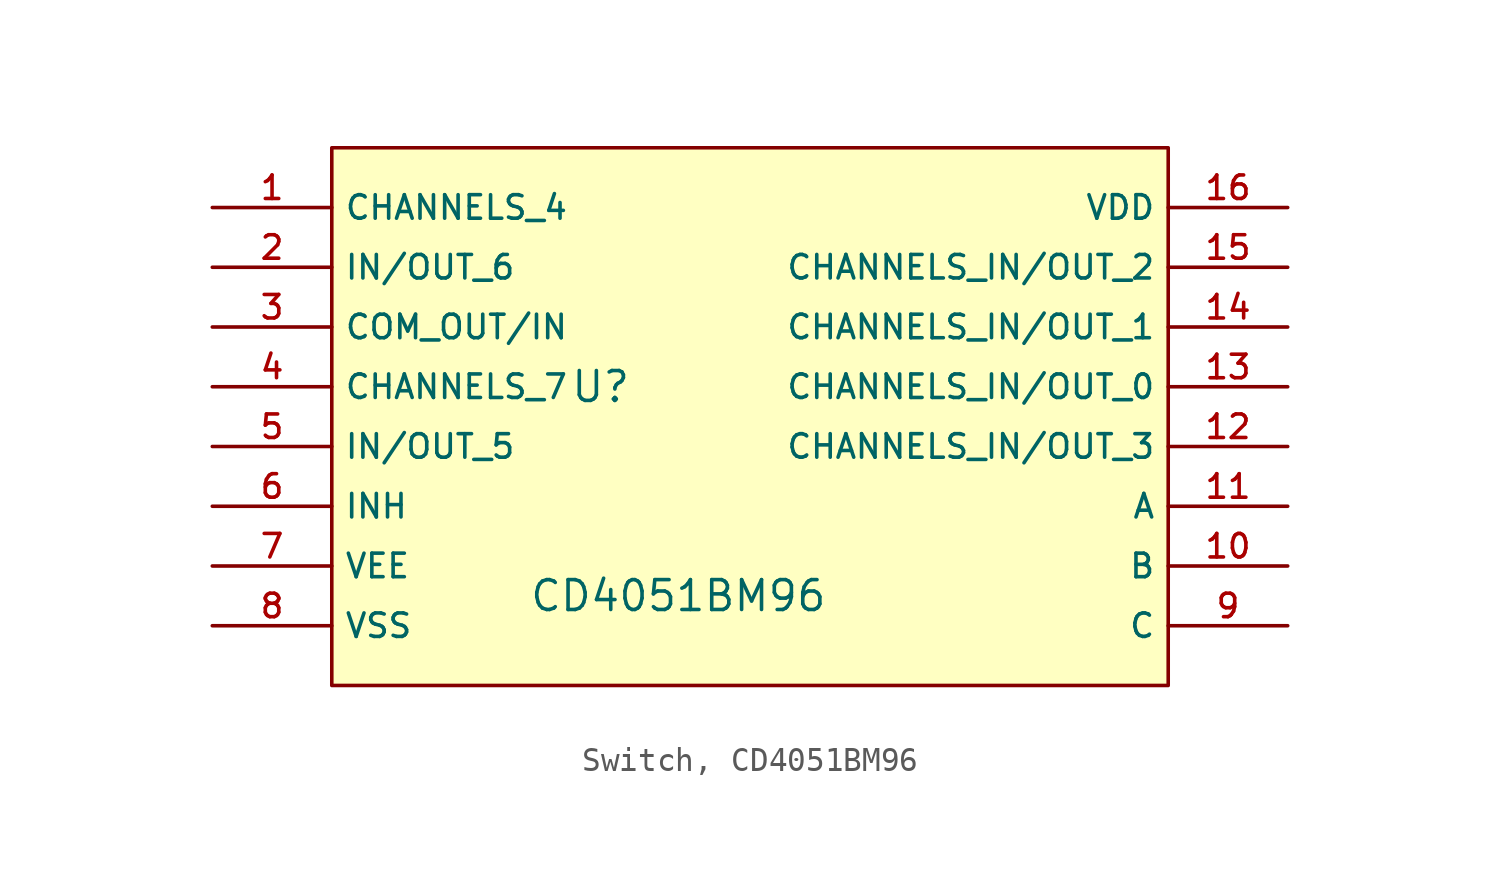
<source format=kicad_sym>
(kicad_symbol_lib
  (version 20231120)
  (generator "CDFER_Archive_Tool")
  (generator_version "0.0")
  (symbol "Switch, CD4051BM96"
    (property "Reference" "U"
      (at -6.35 2.54 0)
      (effects (font (size 1.27 1.27))))
    (property "Value" "CD4051BM96"
      (at -3.048 -6.35 0)
      (effects (font (size 1.27 1.27))))
    (symbol "Switch, CD4051BM96_0_1"
      (rectangle (start -17.78 12.7) (end 17.78 -10.16) (stroke (width 0) (type default)) (fill (type background)))
      (pin unspecified line (at -22.86 10.16 0) (length 5.08) (name "CHANNELS_4" (effects (font (size 1 1)))) (number "1" (effects (font (size 1 1)))))
      (pin unspecified line (at 22.86 -5.08 180) (length 5.08) (name "B" (effects (font (size 1 1)))) (number "10" (effects (font (size 1 1)))))
      (pin unspecified line (at 22.86 -2.54 180) (length 5.08) (name "A" (effects (font (size 1 1)))) (number "11" (effects (font (size 1 1)))))
      (pin unspecified line (at 22.86 0 180) (length 5.08) (name "CHANNELS_IN/OUT_3" (effects (font (size 1 1)))) (number "12" (effects (font (size 1 1)))))
      (pin unspecified line (at 22.86 2.54 180) (length 5.08) (name "CHANNELS_IN/OUT_0" (effects (font (size 1 1)))) (number "13" (effects (font (size 1 1)))))
      (pin unspecified line (at 22.86 5.08 180) (length 5.08) (name "CHANNELS_IN/OUT_1" (effects (font (size 1 1)))) (number "14" (effects (font (size 1 1)))))
      (pin unspecified line (at 22.86 7.62 180) (length 5.08) (name "CHANNELS_IN/OUT_2" (effects (font (size 1 1)))) (number "15" (effects (font (size 1 1)))))
      (pin unspecified line (at 22.86 10.16 180) (length 5.08) (name "VDD" (effects (font (size 1 1)))) (number "16" (effects (font (size 1 1)))))
      (pin unspecified line (at -22.86 7.62 0) (length 5.08) (name "IN/OUT_6" (effects (font (size 1 1)))) (number "2" (effects (font (size 1 1)))))
      (pin unspecified line (at -22.86 5.08 0) (length 5.08) (name "COM_OUT/IN" (effects (font (size 1 1)))) (number "3" (effects (font (size 1 1)))))
      (pin unspecified line (at -22.86 2.54 0) (length 5.08) (name "CHANNELS_7" (effects (font (size 1 1)))) (number "4" (effects (font (size 1 1)))))
      (pin unspecified line (at -22.86 0 0) (length 5.08) (name "IN/OUT_5" (effects (font (size 1 1)))) (number "5" (effects (font (size 1 1)))))
      (pin unspecified line (at -22.86 -2.54 0) (length 5.08) (name "INH" (effects (font (size 1 1)))) (number "6" (effects (font (size 1 1)))))
      (pin unspecified line (at -22.86 -5.08 0) (length 5.08) (name "VEE" (effects (font (size 1 1)))) (number "7" (effects (font (size 1 1)))))
      (pin unspecified line (at -22.86 -7.62 0) (length 5.08) (name "VSS" (effects (font (size 1 1)))) (number "8" (effects (font (size 1 1)))))
      (pin unspecified line (at 22.86 -7.62 180) (length 5.08) (name "C" (effects (font (size 1 1)))) (number "9" (effects (font (size 1 1))))))))
</source>
